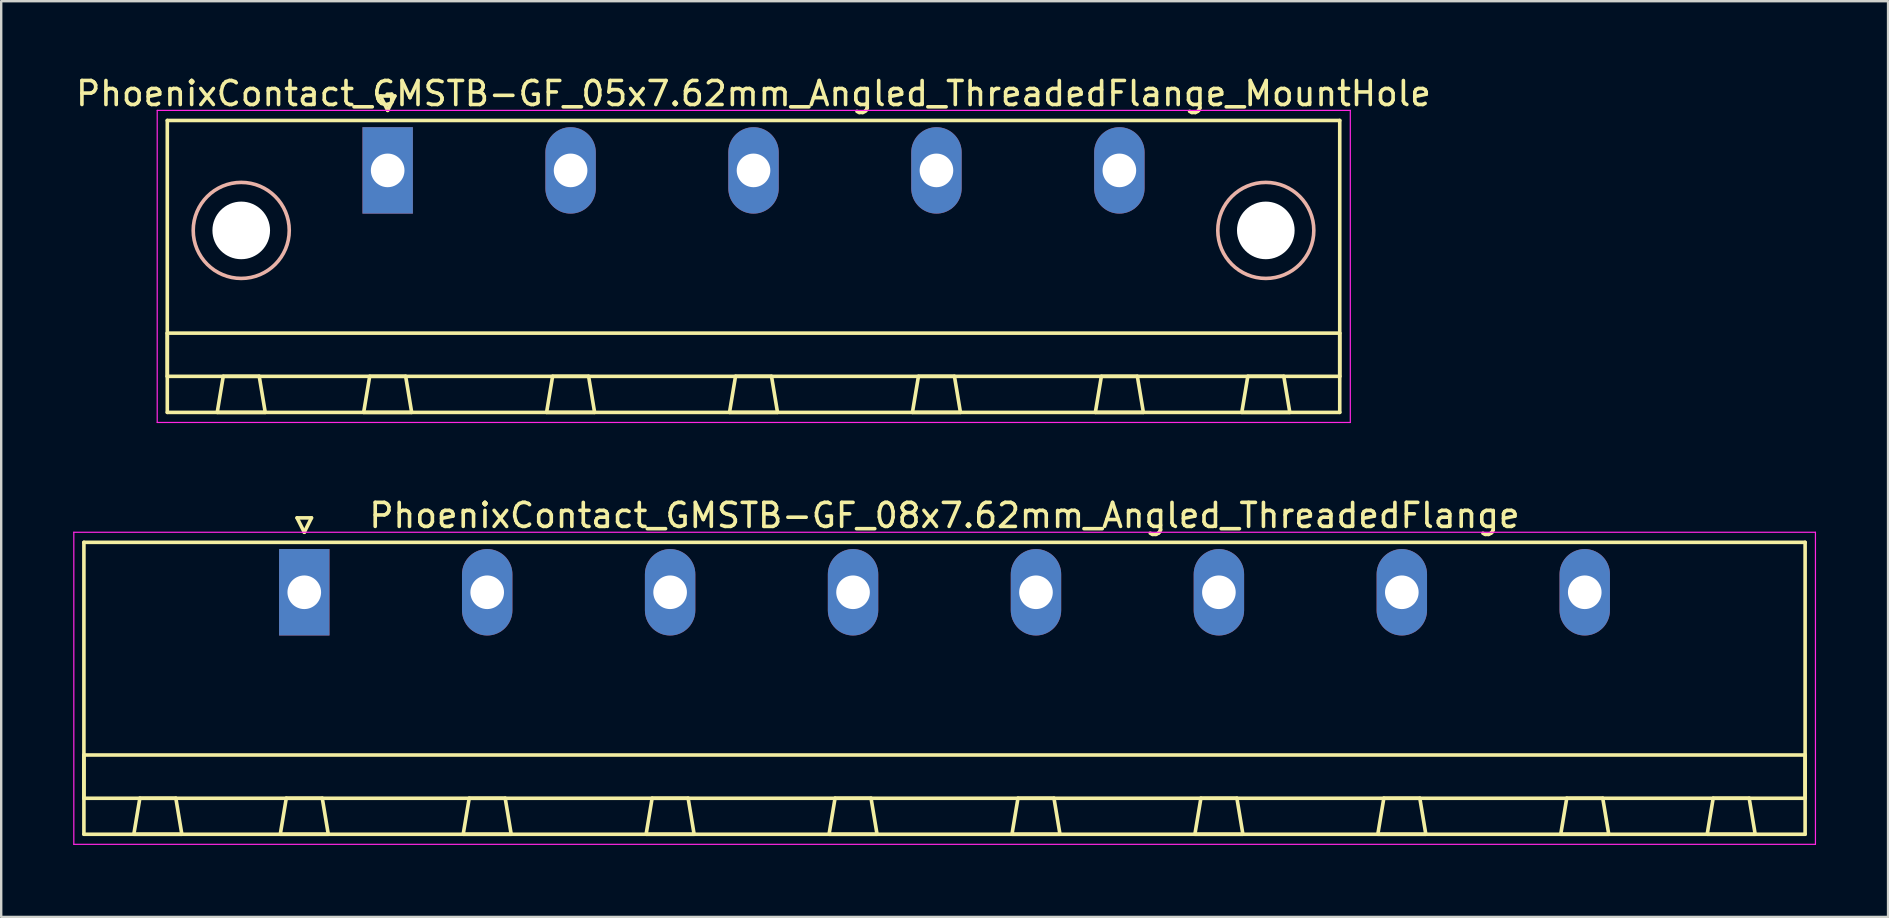
<source format=kicad_pcb>
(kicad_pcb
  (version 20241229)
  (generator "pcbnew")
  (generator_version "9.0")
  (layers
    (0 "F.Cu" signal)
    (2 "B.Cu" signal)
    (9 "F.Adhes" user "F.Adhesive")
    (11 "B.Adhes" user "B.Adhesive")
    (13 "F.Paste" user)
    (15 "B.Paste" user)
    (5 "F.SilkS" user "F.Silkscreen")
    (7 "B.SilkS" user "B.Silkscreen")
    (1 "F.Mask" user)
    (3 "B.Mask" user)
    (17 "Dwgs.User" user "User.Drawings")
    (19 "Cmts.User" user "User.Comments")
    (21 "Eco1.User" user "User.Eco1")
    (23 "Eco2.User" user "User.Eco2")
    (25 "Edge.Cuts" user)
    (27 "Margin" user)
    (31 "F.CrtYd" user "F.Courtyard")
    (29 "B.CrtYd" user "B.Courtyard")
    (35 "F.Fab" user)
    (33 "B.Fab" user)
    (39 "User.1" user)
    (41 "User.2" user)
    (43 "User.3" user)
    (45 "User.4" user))
  (footprint "PhoenixContact_GMSTB-GF_08x7.62mm_Angled_ThreadedFlange"
    (layer "F.Cu")
    (at 9.625 21.622)
    (property "Reference" "PhoenixContact_GMSTB-GF_08x7.62mm_Angled_ThreadedFlange" (at 26.67 -3.2 0) (layer "F.SilkS") (effects (font (size 1 1) (thickness 0.15))))
    (attr through_hole)
    (fp_line (start -9.18 -2.08) (end -9.18 10.08) (stroke (width 0.15) (type solid)) (layer "F.SilkS"))
    (fp_line (start -9.18 6.78) (end 62.52 6.78) (stroke (width 0.15) (type solid)) (layer "F.SilkS"))
    (fp_line (start -9.18 8.58) (end -9.18 6.78) (stroke (width 0.15) (type solid)) (layer "F.SilkS"))
    (fp_line (start -9.18 10.08) (end 62.52 10.08) (stroke (width 0.15) (type solid)) (layer "F.SilkS"))
    (fp_line (start -7.1 10.08) (end -5.1 10.08) (stroke (width 0.15) (type solid)) (layer "F.SilkS"))
    (fp_line (start -6.85 8.58) (end -7.1 10.08) (stroke (width 0.15) (type solid)) (layer "F.SilkS"))
    (fp_line (start -5.35 8.58) (end -6.85 8.58) (stroke (width 0.15) (type solid)) (layer "F.SilkS"))
    (fp_line (start -5.1 10.08) (end -5.35 8.58) (stroke (width 0.15) (type solid)) (layer "F.SilkS"))
    (fp_line (start -1 10.08) (end 1 10.08) (stroke (width 0.15) (type solid)) (layer "F.SilkS"))
    (fp_line (start -0.75 8.58) (end -1 10.08) (stroke (width 0.15) (type solid)) (layer "F.SilkS"))
    (fp_line (start -0.3 -3.1) (end 0 -2.5) (stroke (width 0.15) (type solid)) (layer "F.SilkS"))
    (fp_line (start 0 -2.5) (end 0.3 -3.1) (stroke (width 0.15) (type solid)) (layer "F.SilkS"))
    (fp_line (start 0.3 -3.1) (end -0.3 -3.1) (stroke (width 0.15) (type solid)) (layer "F.SilkS"))
    (fp_line (start 0.75 8.58) (end -0.75 8.58) (stroke (width 0.15) (type solid)) (layer "F.SilkS"))
    (fp_line (start 1 10.08) (end 0.75 8.58) (stroke (width 0.15) (type solid)) (layer "F.SilkS"))
    (fp_line (start 6.62 10.08) (end 8.62 10.08) (stroke (width 0.15) (type solid)) (layer "F.SilkS"))
    (fp_line (start 6.87 8.58) (end 6.62 10.08) (stroke (width 0.15) (type solid)) (layer "F.SilkS"))
    (fp_line (start 8.37 8.58) (end 6.87 8.58) (stroke (width 0.15) (type solid)) (layer "F.SilkS"))
    (fp_line (start 8.62 10.08) (end 8.37 8.58) (stroke (width 0.15) (type solid)) (layer "F.SilkS"))
    (fp_line (start 14.24 10.08) (end 16.24 10.08) (stroke (width 0.15) (type solid)) (layer "F.SilkS"))
    (fp_line (start 14.49 8.58) (end 14.24 10.08) (stroke (width 0.15) (type solid)) (layer "F.SilkS"))
    (fp_line (start 15.99 8.58) (end 14.49 8.58) (stroke (width 0.15) (type solid)) (layer "F.SilkS"))
    (fp_line (start 16.24 10.08) (end 15.99 8.58) (stroke (width 0.15) (type solid)) (layer "F.SilkS"))
    (fp_line (start 21.86 10.08) (end 23.86 10.08) (stroke (width 0.15) (type solid)) (layer "F.SilkS"))
    (fp_line (start 22.11 8.58) (end 21.86 10.08) (stroke (width 0.15) (type solid)) (layer "F.SilkS"))
    (fp_line (start 23.61 8.58) (end 22.11 8.58) (stroke (width 0.15) (type solid)) (layer "F.SilkS"))
    (fp_line (start 23.86 10.08) (end 23.61 8.58) (stroke (width 0.15) (type solid)) (layer "F.SilkS"))
    (fp_line (start 29.48 10.08) (end 31.48 10.08) (stroke (width 0.15) (type solid)) (layer "F.SilkS"))
    (fp_line (start 29.73 8.58) (end 29.48 10.08) (stroke (width 0.15) (type solid)) (layer "F.SilkS"))
    (fp_line (start 31.23 8.58) (end 29.73 8.58) (stroke (width 0.15) (type solid)) (layer "F.SilkS"))
    (fp_line (start 31.48 10.08) (end 31.23 8.58) (stroke (width 0.15) (type solid)) (layer "F.SilkS"))
    (fp_line (start 37.1 10.08) (end 39.1 10.08) (stroke (width 0.15) (type solid)) (layer "F.SilkS"))
    (fp_line (start 37.35 8.58) (end 37.1 10.08) (stroke (width 0.15) (type solid)) (layer "F.SilkS"))
    (fp_line (start 38.85 8.58) (end 37.35 8.58) (stroke (width 0.15) (type solid)) (layer "F.SilkS"))
    (fp_line (start 39.1 10.08) (end 38.85 8.58) (stroke (width 0.15) (type solid)) (layer "F.SilkS"))
    (fp_line (start 44.72 10.08) (end 46.72 10.08) (stroke (width 0.15) (type solid)) (layer "F.SilkS"))
    (fp_line (start 44.97 8.58) (end 44.72 10.08) (stroke (width 0.15) (type solid)) (layer "F.SilkS"))
    (fp_line (start 46.47 8.58) (end 44.97 8.58) (stroke (width 0.15) (type solid)) (layer "F.SilkS"))
    (fp_line (start 46.72 10.08) (end 46.47 8.58) (stroke (width 0.15) (type solid)) (layer "F.SilkS"))
    (fp_line (start 52.34 10.08) (end 54.34 10.08) (stroke (width 0.15) (type solid)) (layer "F.SilkS"))
    (fp_line (start 52.59 8.58) (end 52.34 10.08) (stroke (width 0.15) (type solid)) (layer "F.SilkS"))
    (fp_line (start 54.09 8.58) (end 52.59 8.58) (stroke (width 0.15) (type solid)) (layer "F.SilkS"))
    (fp_line (start 54.34 10.08) (end 54.09 8.58) (stroke (width 0.15) (type solid)) (layer "F.SilkS"))
    (fp_line (start 58.44 10.08) (end 60.44 10.08) (stroke (width 0.15) (type solid)) (layer "F.SilkS"))
    (fp_line (start 58.69 8.58) (end 58.44 10.08) (stroke (width 0.15) (type solid)) (layer "F.SilkS"))
    (fp_line (start 60.19 8.58) (end 58.69 8.58) (stroke (width 0.15) (type solid)) (layer "F.SilkS"))
    (fp_line (start 60.44 10.08) (end 60.19 8.58) (stroke (width 0.15) (type solid)) (layer "F.SilkS"))
    (fp_line (start 62.52 -2.08) (end -9.18 -2.08) (stroke (width 0.15) (type solid)) (layer "F.SilkS"))
    (fp_line (start 62.52 6.78) (end 62.52 8.58) (stroke (width 0.15) (type solid)) (layer "F.SilkS"))
    (fp_line (start 62.52 8.58) (end -9.18 8.58) (stroke (width 0.15) (type solid)) (layer "F.SilkS"))
    (fp_line (start 62.52 10.08) (end 62.52 -2.08) (stroke (width 0.15) (type solid)) (layer "F.SilkS"))
    (fp_line (start -9.6 -2.5) (end -9.6 10.5) (stroke (width 0.05) (type solid)) (layer "F.CrtYd"))
    (fp_line (start -9.6 10.5) (end 62.95 10.5) (stroke (width 0.05) (type solid)) (layer "F.CrtYd"))
    (fp_line (start 62.95 -2.5) (end -9.6 -2.5) (stroke (width 0.05) (type solid)) (layer "F.CrtYd"))
    (fp_line (start 62.95 10.5) (end 62.95 -2.5) (stroke (width 0.05) (type solid)) (layer "F.CrtYd"))
    (pad "1" thru_hole rect (at 0 0) (size 2.1 3.6) (drill 1.4) (layers "*.Cu" "*.Mask"))
    (pad "2" thru_hole oval (at 7.62 0) (size 2.1 3.6) (drill 1.4) (layers "*.Cu" "*.Mask"))
    (pad "3" thru_hole oval (at 15.24 0) (size 2.1 3.6) (drill 1.4) (layers "*.Cu" "*.Mask"))
    (pad "4" thru_hole oval (at 22.86 0) (size 2.1 3.6) (drill 1.4) (layers "*.Cu" "*.Mask"))
    (pad "5" thru_hole oval (at 30.48 0) (size 2.1 3.6) (drill 1.4) (layers "*.Cu" "*.Mask"))
    (pad "6" thru_hole oval (at 38.1 0) (size 2.1 3.6) (drill 1.4) (layers "*.Cu" "*.Mask"))
    (pad "7" thru_hole oval (at 45.72 0) (size 2.1 3.6) (drill 1.4) (layers "*.Cu" "*.Mask"))
    (pad "8" thru_hole oval (at 53.34 0) (size 2.1 3.6) (drill 1.4) (layers "*.Cu" "*.Mask")))
  (footprint "PhoenixContact_GMSTB-GF_05x7.62mm_Angled_ThreadedFlange_MountHole"
    (layer "F.Cu")
    (at 13.099 4.048)
    (property "Reference" "PhoenixContact_GMSTB-GF_05x7.62mm_Angled_ThreadedFlange_MountHole" (at 15.24 -3.2 0) (layer "F.SilkS") (effects (font (size 1 1) (thickness 0.15))))
    (attr through_hole)
    (fp_line (start -9.18 -2.08) (end -9.18 10.08) (stroke (width 0.15) (type solid)) (layer "F.SilkS"))
    (fp_line (start -9.18 6.78) (end 39.66 6.78) (stroke (width 0.15) (type solid)) (layer "F.SilkS"))
    (fp_line (start -9.18 8.58) (end -9.18 6.78) (stroke (width 0.15) (type solid)) (layer "F.SilkS"))
    (fp_line (start -9.18 10.08) (end 39.66 10.08) (stroke (width 0.15) (type solid)) (layer "F.SilkS"))
    (fp_line (start -7.1 10.08) (end -5.1 10.08) (stroke (width 0.15) (type solid)) (layer "F.SilkS"))
    (fp_line (start -6.85 8.58) (end -7.1 10.08) (stroke (width 0.15) (type solid)) (layer "F.SilkS"))
    (fp_line (start -5.35 8.58) (end -6.85 8.58) (stroke (width 0.15) (type solid)) (layer "F.SilkS"))
    (fp_line (start -5.1 10.08) (end -5.35 8.58) (stroke (width 0.15) (type solid)) (layer "F.SilkS"))
    (fp_line (start -1 10.08) (end 1 10.08) (stroke (width 0.15) (type solid)) (layer "F.SilkS"))
    (fp_line (start -0.75 8.58) (end -1 10.08) (stroke (width 0.15) (type solid)) (layer "F.SilkS"))
    (fp_line (start -0.3 -3.1) (end 0 -2.5) (stroke (width 0.15) (type solid)) (layer "F.SilkS"))
    (fp_line (start 0 -2.5) (end 0.3 -3.1) (stroke (width 0.15) (type solid)) (layer "F.SilkS"))
    (fp_line (start 0.3 -3.1) (end -0.3 -3.1) (stroke (width 0.15) (type solid)) (layer "F.SilkS"))
    (fp_line (start 0.75 8.58) (end -0.75 8.58) (stroke (width 0.15) (type solid)) (layer "F.SilkS"))
    (fp_line (start 1 10.08) (end 0.75 8.58) (stroke (width 0.15) (type solid)) (layer "F.SilkS"))
    (fp_line (start 6.62 10.08) (end 8.62 10.08) (stroke (width 0.15) (type solid)) (layer "F.SilkS"))
    (fp_line (start 6.87 8.58) (end 6.62 10.08) (stroke (width 0.15) (type solid)) (layer "F.SilkS"))
    (fp_line (start 8.37 8.58) (end 6.87 8.58) (stroke (width 0.15) (type solid)) (layer "F.SilkS"))
    (fp_line (start 8.62 10.08) (end 8.37 8.58) (stroke (width 0.15) (type solid)) (layer "F.SilkS"))
    (fp_line (start 14.24 10.08) (end 16.24 10.08) (stroke (width 0.15) (type solid)) (layer "F.SilkS"))
    (fp_line (start 14.49 8.58) (end 14.24 10.08) (stroke (width 0.15) (type solid)) (layer "F.SilkS"))
    (fp_line (start 15.99 8.58) (end 14.49 8.58) (stroke (width 0.15) (type solid)) (layer "F.SilkS"))
    (fp_line (start 16.24 10.08) (end 15.99 8.58) (stroke (width 0.15) (type solid)) (layer "F.SilkS"))
    (fp_line (start 21.86 10.08) (end 23.86 10.08) (stroke (width 0.15) (type solid)) (layer "F.SilkS"))
    (fp_line (start 22.11 8.58) (end 21.86 10.08) (stroke (width 0.15) (type solid)) (layer "F.SilkS"))
    (fp_line (start 23.61 8.58) (end 22.11 8.58) (stroke (width 0.15) (type solid)) (layer "F.SilkS"))
    (fp_line (start 23.86 10.08) (end 23.61 8.58) (stroke (width 0.15) (type solid)) (layer "F.SilkS"))
    (fp_line (start 29.48 10.08) (end 31.48 10.08) (stroke (width 0.15) (type solid)) (layer "F.SilkS"))
    (fp_line (start 29.73 8.58) (end 29.48 10.08) (stroke (width 0.15) (type solid)) (layer "F.SilkS"))
    (fp_line (start 31.23 8.58) (end 29.73 8.58) (stroke (width 0.15) (type solid)) (layer "F.SilkS"))
    (fp_line (start 31.48 10.08) (end 31.23 8.58) (stroke (width 0.15) (type solid)) (layer "F.SilkS"))
    (fp_line (start 35.58 10.08) (end 37.58 10.08) (stroke (width 0.15) (type solid)) (layer "F.SilkS"))
    (fp_line (start 35.83 8.58) (end 35.58 10.08) (stroke (width 0.15) (type solid)) (layer "F.SilkS"))
    (fp_line (start 37.33 8.58) (end 35.83 8.58) (stroke (width 0.15) (type solid)) (layer "F.SilkS"))
    (fp_line (start 37.58 10.08) (end 37.33 8.58) (stroke (width 0.15) (type solid)) (layer "F.SilkS"))
    (fp_line (start 39.66 -2.08) (end -9.18 -2.08) (stroke (width 0.15) (type solid)) (layer "F.SilkS"))
    (fp_line (start 39.66 6.78) (end 39.66 8.58) (stroke (width 0.15) (type solid)) (layer "F.SilkS"))
    (fp_line (start 39.66 8.58) (end -9.18 8.58) (stroke (width 0.15) (type solid)) (layer "F.SilkS"))
    (fp_line (start 39.66 10.08) (end 39.66 -2.08) (stroke (width 0.15) (type solid)) (layer "F.SilkS"))
    (fp_circle (center -6.1 2.5) (end -4.1 2.5) (stroke (width 0.15) (type solid)) (fill no) (layer "B.SilkS"))
    (fp_circle (center 36.58 2.5) (end 38.58 2.5) (stroke (width 0.15) (type solid)) (fill no) (layer "B.SilkS"))
    (fp_line (start -9.6 -2.5) (end -9.6 10.5) (stroke (width 0.05) (type solid)) (layer "F.CrtYd"))
    (fp_line (start -9.6 10.5) (end 40.1 10.5) (stroke (width 0.05) (type solid)) (layer "F.CrtYd"))
    (fp_line (start 40.1 -2.5) (end -9.6 -2.5) (stroke (width 0.05) (type solid)) (layer "F.CrtYd"))
    (fp_line (start 40.1 10.5) (end 40.1 -2.5) (stroke (width 0.05) (type solid)) (layer "F.CrtYd"))
    (pad "" np_thru_hole circle (at -6.1 2.5) (size 2.4 2.4) (drill 2.4) (layers "*.Cu" "*.Mask"))
    (pad "" np_thru_hole circle (at 36.58 2.5) (size 2.4 2.4) (drill 2.4) (layers "*.Cu" "*.Mask"))
    (pad "1" thru_hole rect (at 0 0) (size 2.1 3.6) (drill 1.4) (layers "*.Cu" "*.Mask"))
    (pad "2" thru_hole oval (at 7.62 0) (size 2.1 3.6) (drill 1.4) (layers "*.Cu" "*.Mask"))
    (pad "3" thru_hole oval (at 15.24 0) (size 2.1 3.6) (drill 1.4) (layers "*.Cu" "*.Mask"))
    (pad "4" thru_hole oval (at 22.86 0) (size 2.1 3.6) (drill 1.4) (layers "*.Cu" "*.Mask"))
    (pad "5" thru_hole oval (at 30.48 0) (size 2.1 3.6) (drill 1.4) (layers "*.Cu" "*.Mask")))
  (gr_rect
    (start -3 -3)
    (end 75.6 35.147)
    (stroke (width 0.1) (type default))
    (fill no)
    (layer "Edge.Cuts")))
</source>
